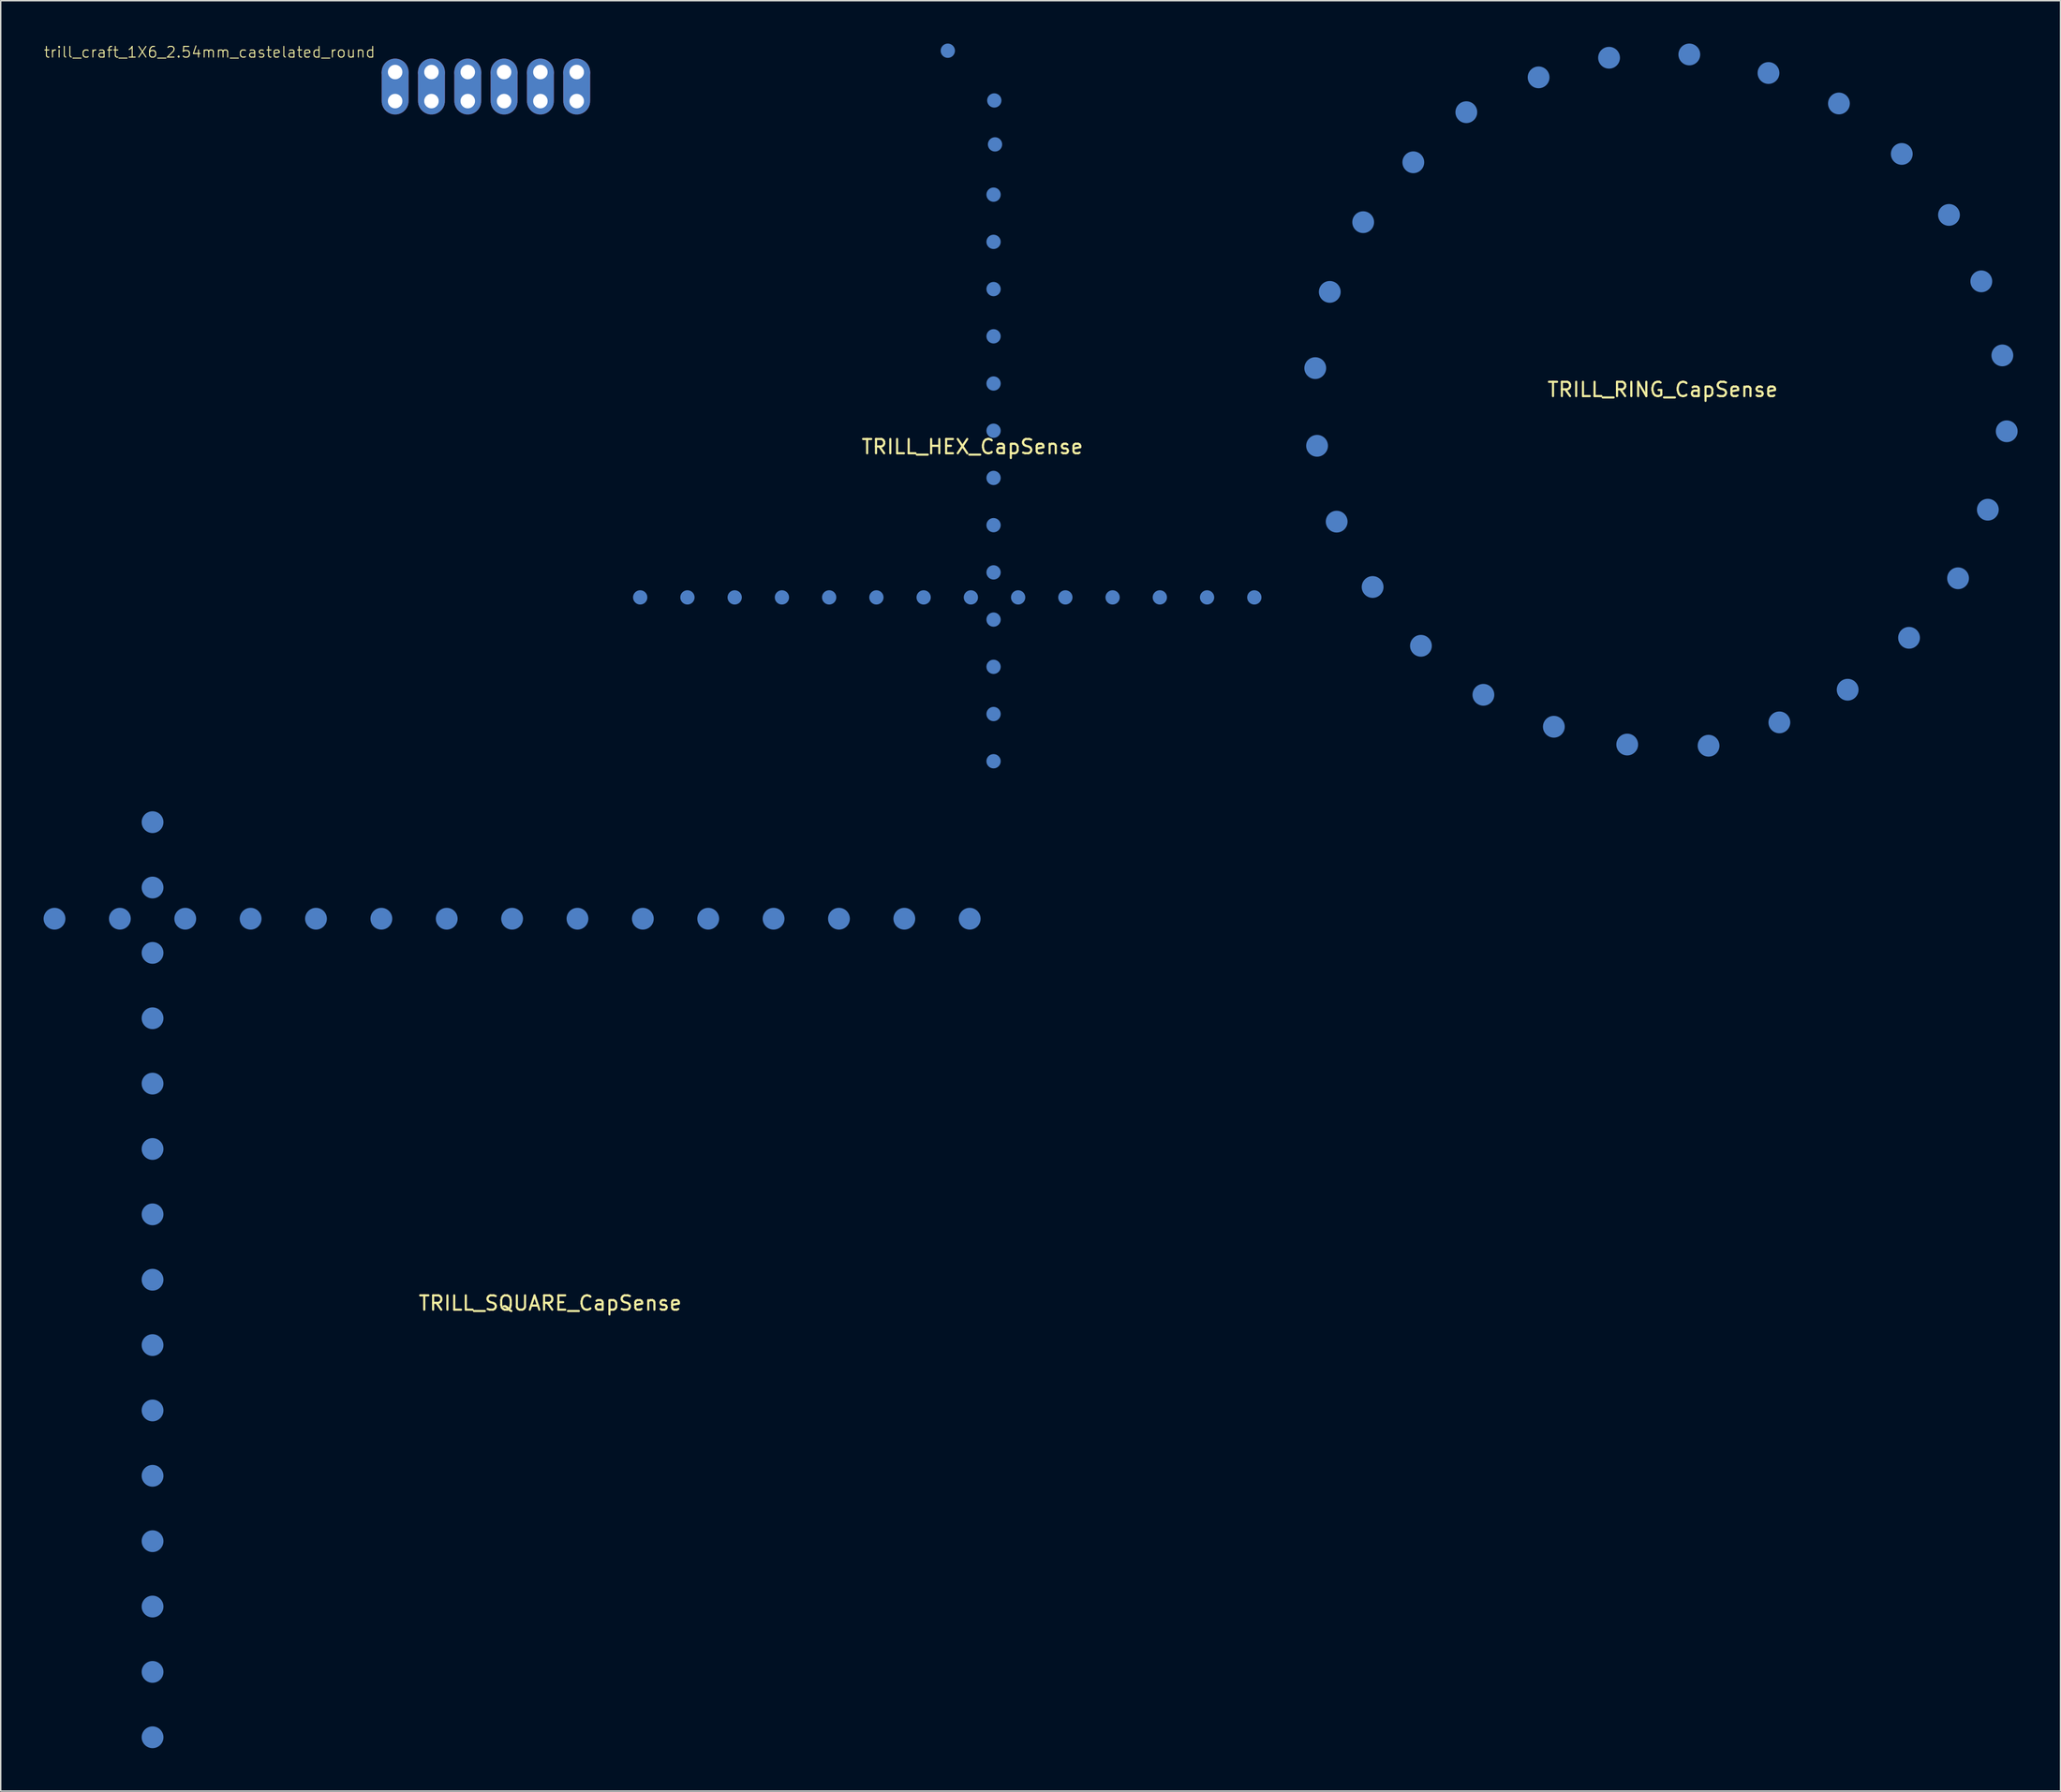
<source format=kicad_pcb>
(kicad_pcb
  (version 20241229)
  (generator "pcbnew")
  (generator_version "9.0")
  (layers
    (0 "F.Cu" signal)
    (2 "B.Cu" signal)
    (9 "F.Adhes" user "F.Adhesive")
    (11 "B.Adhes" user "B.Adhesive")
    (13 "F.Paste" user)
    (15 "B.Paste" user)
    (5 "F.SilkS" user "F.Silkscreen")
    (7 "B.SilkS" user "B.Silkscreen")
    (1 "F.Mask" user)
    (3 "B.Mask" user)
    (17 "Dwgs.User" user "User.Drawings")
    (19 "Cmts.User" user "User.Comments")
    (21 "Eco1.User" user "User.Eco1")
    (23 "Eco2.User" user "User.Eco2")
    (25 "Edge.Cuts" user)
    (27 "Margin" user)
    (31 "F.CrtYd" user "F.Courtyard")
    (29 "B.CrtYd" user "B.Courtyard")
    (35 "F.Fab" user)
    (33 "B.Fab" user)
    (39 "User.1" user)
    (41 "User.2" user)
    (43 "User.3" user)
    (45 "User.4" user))
  (footprint "TRILL_HEX_CapSense"
    (layer "F.Cu")
    (at 64.955 28.712)
    (property "Reference" "TRILL_HEX_CapSense" (at 0 -0.5 0) (unlocked yes) (layer "F.SilkS") (effects (font (size 1 1) (thickness 0.15))))
    (attr smd exclude_from_pos_files exclude_from_bom)
    (pad "c1" smd circle (at -23.23 10.04 180) (size 1 1) (layers "B.Cu"))
    (pad "c2" smd circle (at -19.926 10.04 180) (size 1 1) (layers "B.Cu"))
    (pad "c3" smd circle (at -16.622 10.04 180) (size 1 1) (layers "B.Cu"))
    (pad "c4" smd circle (at -13.318 10.04 180) (size 1 1) (layers "B.Cu"))
    (pad "c5" smd circle (at -10.014 10.04 180) (size 1 1) (layers "B.Cu"))
    (pad "c6" smd circle (at -6.71 10.04 180) (size 1 1) (layers "B.Cu"))
    (pad "c7" smd circle (at -3.406 10.04 180) (size 1 1) (layers "B.Cu"))
    (pad "c8" smd circle (at -0.102 10.04 180) (size 1 1) (layers "B.Cu"))
    (pad "c9" smd circle (at 3.202 10.04 180) (size 1 1) (layers "B.Cu"))
    (pad "c10" smd circle (at 6.506 10.04 180) (size 1 1) (layers "B.Cu"))
    (pad "c11" smd circle (at 9.81 10.04 180) (size 1 1) (layers "B.Cu"))
    (pad "c12" smd circle (at 13.113 10.04 180) (size 1 1) (layers "B.Cu"))
    (pad "c13" smd circle (at 16.417 10.04 180) (size 1 1) (layers "B.Cu"))
    (pad "c14" smd circle (at 19.721 10.04 180) (size 1 1) (layers "B.Cu"))
    (pad "r1" smd circle (at -1.716 -28.212 270) (size 1 1) (layers "B.Cu"))
    (pad "r2" smd circle (at 1.535 -24.733 270) (size 1 1) (layers "B.Cu"))
    (pad "r3" smd circle (at 1.586 -21.659 270) (size 1 1) (layers "B.Cu"))
    (pad "r4" smd circle (at 1.484 -18.142 270) (size 1 1) (layers "B.Cu"))
    (pad "r5" smd circle (at 1.484 -14.838 270) (size 1 1) (layers "B.Cu"))
    (pad "r6" smd circle (at 1.484 -11.534 270) (size 1 1) (layers "B.Cu"))
    (pad "r7" smd circle (at 1.484 -8.23 270) (size 1 1) (layers "B.Cu"))
    (pad "r8" smd circle (at 1.484 -4.926 270) (size 1 1) (layers "B.Cu"))
    (pad "r9" smd circle (at 1.484 -1.623 270) (size 1 1) (layers "B.Cu"))
    (pad "r10" smd circle (at 1.484 1.681 270) (size 1 1) (layers "B.Cu"))
    (pad "r11" smd circle (at 1.484 4.985 270) (size 1 1) (layers "B.Cu"))
    (pad "r12" smd circle (at 1.484 8.289 270) (size 1 1) (layers "B.Cu"))
    (pad "r13" smd circle (at 1.484 11.593 270) (size 1 1) (layers "B.Cu"))
    (pad "r14" smd circle (at 1.484 14.897 270) (size 1 1) (layers "B.Cu"))
    (pad "r15" smd circle (at 1.484 18.201 270) (size 1 1) (layers "B.Cu"))
    (pad "r16" smd circle (at 1.484 21.505 270) (size 1 1) (layers "B.Cu")))
  (footprint "TRILL_SQUARE_CapSense"
    (layer "F.Cu")
    (at 35.432 88.636)
    (property "Reference" "TRILL_SQUARE_CapSense" (at 0 -0.5 0) (unlocked yes) (layer "F.SilkS") (effects (font (size 1 1) (thickness 0.15))))
    (attr smd exclude_from_pos_files exclude_from_bom)
    (pad "c1" smd circle (at -34.67 -27.4 180) (size 1.524 1.524) (layers "B.Cu"))
    (pad "c2" smd circle (at -30.098 -27.4 180) (size 1.524 1.524) (layers "B.Cu"))
    (pad "c3" smd circle (at -25.526 -27.4 180) (size 1.524 1.524) (layers "B.Cu"))
    (pad "c4" smd circle (at -20.954 -27.4 180) (size 1.524 1.524) (layers "B.Cu"))
    (pad "c5" smd circle (at -16.382 -27.4 180) (size 1.524 1.524) (layers "B.Cu"))
    (pad "c6" smd circle (at -11.81 -27.4 180) (size 1.524 1.524) (layers "B.Cu"))
    (pad "c7" smd circle (at -7.238 -27.4 180) (size 1.524 1.524) (layers "B.Cu"))
    (pad "c8" smd circle (at -2.666 -27.4 180) (size 1.524 1.524) (layers "B.Cu"))
    (pad "c9" smd circle (at 1.906 -27.4 180) (size 1.524 1.524) (layers "B.Cu"))
    (pad "c10" smd circle (at 6.478 -27.4 180) (size 1.524 1.524) (layers "B.Cu"))
    (pad "c11" smd circle (at 11.05 -27.4 180) (size 1.524 1.524) (layers "B.Cu"))
    (pad "c12" smd circle (at 15.622 -27.4 180) (size 1.524 1.524) (layers "B.Cu"))
    (pad "c13" smd circle (at 20.194 -27.4 180) (size 1.524 1.524) (layers "B.Cu"))
    (pad "c14" smd circle (at 24.766 -27.4 180) (size 1.524 1.524) (layers "B.Cu"))
    (pad "c15" smd circle (at 29.338 -27.4 180) (size 1.524 1.524) (layers "B.Cu"))
    (pad "r1" smd circle (at -27.812 -34.156 180) (size 1.524 1.524) (layers "B.Cu"))
    (pad "r2" smd circle (at -27.812 -29.583 180) (size 1.524 1.524) (layers "B.Cu"))
    (pad "r3" smd circle (at -27.812 -25.009 180) (size 1.524 1.524) (layers "B.Cu"))
    (pad "r4" smd circle (at -27.812 -20.435 180) (size 1.524 1.524) (layers "B.Cu"))
    (pad "r5" smd circle (at -27.812 -15.861 180) (size 1.524 1.524) (layers "B.Cu"))
    (pad "r6" smd circle (at -27.812 -11.287 180) (size 1.524 1.524) (layers "B.Cu"))
    (pad "r7" smd circle (at -27.812 -6.714 180) (size 1.524 1.524) (layers "B.Cu"))
    (pad "r8" smd circle (at -27.812 -2.14 180) (size 1.524 1.524) (layers "B.Cu"))
    (pad "r9" smd circle (at -27.812 2.434 180) (size 1.524 1.524) (layers "B.Cu"))
    (pad "r10" smd circle (at -27.812 7.008 180) (size 1.524 1.524) (layers "B.Cu"))
    (pad "r11" smd circle (at -27.812 11.582 180) (size 1.524 1.524) (layers "B.Cu"))
    (pad "r12" smd circle (at -27.812 16.156 180) (size 1.524 1.524) (layers "B.Cu"))
    (pad "r13" smd circle (at -27.812 20.729 180) (size 1.524 1.524) (layers "B.Cu"))
    (pad "r14" smd circle (at -27.812 25.303 180) (size 1.524 1.524) (layers "B.Cu"))
    (pad "r15" smd circle (at -27.812 29.877 180) (size 1.524 1.524) (layers "B.Cu")))
  (footprint "trill_craft_1X6_2.54mm_castelated_round"
    (layer "F.Cu")
    (at 24.585 1.992)
    (property "Reference" "trill_craft_1X6_2.54mm_castelated_round" (at -1.346 -1.829 0) (layer "F.SilkS") (effects (font (size 0.75 0.75) (thickness 0.07)) (justify right top)))
    (attr through_hole exclude_from_pos_files exclude_from_bom)
    (fp_poly (pts (xy -0.254 0.254) (xy 0.254 0.254) (xy 0.254 -0.254) (xy -0.254 -0.254)) (stroke (width 0.1) (type solid)) (fill no) (layer "F.Fab"))
    (fp_poly (pts (xy -0.254 2.286) (xy 0.254 2.286) (xy 0.254 1.778) (xy -0.254 1.778)) (stroke (width 0.1) (type solid)) (fill no) (layer "F.Fab"))
    (fp_poly (pts (xy 2.286 0.254) (xy 2.794 0.254) (xy 2.794 -0.254) (xy 2.286 -0.254)) (stroke (width 0.1) (type solid)) (fill no) (layer "F.Fab"))
    (fp_poly (pts (xy 2.286 2.286) (xy 2.794 2.286) (xy 2.794 1.778) (xy 2.286 1.778)) (stroke (width 0.1) (type solid)) (fill no) (layer "F.Fab"))
    (fp_poly (pts (xy 4.826 0.254) (xy 5.334 0.254) (xy 5.334 -0.254) (xy 4.826 -0.254)) (stroke (width 0.1) (type solid)) (fill no) (layer "F.Fab"))
    (fp_poly (pts (xy 4.826 2.286) (xy 5.334 2.286) (xy 5.334 1.778) (xy 4.826 1.778)) (stroke (width 0.1) (type solid)) (fill no) (layer "F.Fab"))
    (fp_poly (pts (xy 7.366 0.254) (xy 7.874 0.254) (xy 7.874 -0.254) (xy 7.366 -0.254)) (stroke (width 0.1) (type solid)) (fill no) (layer "F.Fab"))
    (fp_poly (pts (xy 7.366 2.286) (xy 7.874 2.286) (xy 7.874 1.778) (xy 7.366 1.778)) (stroke (width 0.1) (type solid)) (fill no) (layer "F.Fab"))
    (fp_poly (pts (xy 9.906 0.254) (xy 10.414 0.254) (xy 10.414 -0.254) (xy 9.906 -0.254)) (stroke (width 0.1) (type solid)) (fill no) (layer "F.Fab"))
    (fp_poly (pts (xy 9.906 2.286) (xy 10.414 2.286) (xy 10.414 1.778) (xy 9.906 1.778)) (stroke (width 0.1) (type solid)) (fill no) (layer "F.Fab"))
    (fp_poly (pts (xy 12.446 0.254) (xy 12.954 0.254) (xy 12.954 -0.254) (xy 12.446 -0.254)) (stroke (width 0.1) (type solid)) (fill no) (layer "F.Fab"))
    (fp_poly (pts (xy 12.446 2.286) (xy 12.954 2.286) (xy 12.954 1.778) (xy 12.446 1.778)) (stroke (width 0.1) (type solid)) (fill no) (layer "F.Fab"))
    (pad "1" thru_hole circle (at 0 0 90) (size 1.88 1.88) (drill 1.016) (layers "*.Cu" "*.Mask"))
    (pad "1" thru_hole custom (at 0 2.032) (size 1.88 1.88) (drill 1.016) (property pad_prop_castellated) (layers "*.Cu" "*.Mask") (options (anchor circle)) (primitives (gr_poly (pts (xy 0.889 0) (xy -0.889 0) (xy -0.889 -2.032) (xy 0.889 -2.032)) (width 0.1) (fill yes))))
    (pad "2" thru_hole circle (at 2.54 0 90) (size 1.88 1.88) (drill 1.016) (layers "*.Cu" "*.Mask"))
    (pad "2" thru_hole custom (at 2.54 2.032) (size 1.88 1.88) (drill 1.016) (property pad_prop_castellated) (layers "*.Cu" "*.Mask") (options (anchor circle)) (primitives (gr_poly (pts (xy 0.889 0) (xy -0.889 0) (xy -0.889 -2.032) (xy 0.889 -2.032)) (width 0.1) (fill yes))))
    (pad "3" thru_hole circle (at 5.08 0 90) (size 1.88 1.88) (drill 1.016) (layers "*.Cu" "*.Mask"))
    (pad "3" thru_hole custom (at 5.08 2.032) (size 1.88 1.88) (drill 1.016) (property pad_prop_castellated) (layers "*.Cu" "*.Mask") (options (anchor circle)) (primitives (gr_poly (pts (xy 0.889 0) (xy -0.889 0) (xy -0.889 -2.032) (xy 0.889 -2.032)) (width 0.1) (fill yes))))
    (pad "4" thru_hole circle (at 7.62 0 90) (size 1.88 1.88) (drill 1.016) (layers "*.Cu" "*.Mask"))
    (pad "4" thru_hole custom (at 7.62 2.032) (size 1.88 1.88) (drill 1.016) (property pad_prop_castellated) (layers "*.Cu" "*.Mask") (options (anchor circle)) (primitives (gr_poly (pts (xy 0.889 0) (xy -0.889 0) (xy -0.889 -2.032) (xy 0.889 -2.032)) (width 0.1) (fill yes))))
    (pad "5" thru_hole circle (at 10.16 0 90) (size 1.88 1.88) (drill 1.016) (layers "*.Cu" "*.Mask"))
    (pad "5" thru_hole custom (at 10.16 2.032) (size 1.88 1.88) (drill 1.016) (property pad_prop_castellated) (layers "*.Cu" "*.Mask") (options (anchor circle)) (primitives (gr_poly (pts (xy 0.889 0) (xy -0.889 0) (xy -0.889 -2.032) (xy 0.889 -2.032)) (width 0.1) (fill yes))))
    (pad "6" thru_hole circle (at 12.7 0 90) (size 1.88 1.88) (drill 1.016) (layers "*.Cu" "*.Mask"))
    (pad "6" thru_hole custom (at 12.7 2.032) (size 1.88 1.88) (drill 1.016) (property pad_prop_castellated) (layers "*.Cu" "*.Mask") (options (anchor circle)) (primitives (gr_poly (pts (xy 0.889 0) (xy -0.889 0) (xy -0.889 -2.032) (xy 0.889 -2.032)) (width 0.1) (fill yes)))))
  (footprint "TRILL_RING_CapSense"
    (layer "F.Cu")
    (at 113.234 24.711)
    (property "Reference" "TRILL_RING_CapSense" (at 0 -0.5 0) (unlocked yes) (layer "F.SilkS") (effects (font (size 1 1) (thickness 0.15))))
    (attr smd exclude_from_pos_files exclude_from_bom)
    (pad "1" smd circle (at 24.065 2.417 270) (size 1.524 1.524) (layers "B.Cu"))
    (pad "2" smd circle (at 23.76 -2.892 270) (size 1.524 1.524) (layers "B.Cu"))
    (pad "3" smd circle (at 22.287 -8.074 270) (size 1.524 1.524) (layers "B.Cu"))
    (pad "4" smd circle (at 20.027 -12.722 270) (size 1.524 1.524) (layers "B.Cu"))
    (pad "5" smd circle (at 16.725 -16.989 270) (size 1.524 1.524) (layers "B.Cu"))
    (pad "6" smd circle (at 12.33 -20.52 270) (size 1.524 1.524) (layers "B.Cu"))
    (pad "7" smd circle (at 7.403 -22.653 270) (size 1.524 1.524) (layers "B.Cu"))
    (pad "8" smd circle (at 1.866 -23.949 270) (size 1.524 1.524) (layers "B.Cu"))
    (pad "9" smd circle (at -3.748 -23.72 270) (size 1.524 1.524) (layers "B.Cu"))
    (pad "10" smd circle (at -8.675 -22.348 270) (size 1.524 1.524) (layers "B.Cu"))
    (pad "11" smd circle (at -13.73 -19.91 270) (size 1.524 1.524) (layers "B.Cu"))
    (pad "12" smd circle (at -17.438 -16.405 270) (size 1.524 1.524) (layers "B.Cu"))
    (pad "13" smd circle (at -20.944 -12.214 270) (size 1.524 1.524) (layers "B.Cu"))
    (pad "14" smd circle (at -23.28 -7.337 270) (size 1.524 1.524) (layers "B.Cu"))
    (pad "15" smd circle (at -24.296 -2.003 270) (size 1.524 1.524) (layers "B.Cu"))
    (pad "16" smd circle (at -24.169 3.433 270) (size 1.524 1.524) (layers "B.Cu"))
    (pad "17" smd circle (at -22.798 8.741 270) (size 1.524 1.524) (layers "B.Cu"))
    (pad "18" smd circle (at -20.283 13.313 270) (size 1.524 1.524) (layers "B.Cu"))
    (pad "19" smd circle (at -16.905 17.428 270) (size 1.524 1.524) (layers "B.Cu"))
    (pad "20" smd circle (at -12.536 20.857 270) (size 1.524 1.524) (layers "B.Cu"))
    (pad "21" smd circle (at -7.609 23.092 270) (size 1.524 1.524) (layers "B.Cu"))
    (pad "22" smd circle (at -2.478 24.337 270) (size 1.524 1.524) (layers "B.Cu"))
    (pad "23" smd circle (at 3.212 24.42 270) (size 1.524 1.524) (layers "B.Cu"))
    (pad "24" smd circle (at 8.165 22.787 270) (size 1.524 1.524) (layers "B.Cu"))
    (pad "25" smd circle (at 12.94 20.501 270) (size 1.524 1.524) (layers "B.Cu"))
    (pad "26" smd circle (at 17.233 16.869 270) (size 1.524 1.524) (layers "B.Cu"))
    (pad "27" smd circle (at 20.662 12.704 270) (size 1.524 1.524) (layers "B.Cu"))
    (pad "28" smd circle (at 22.744 7.903 270) (size 1.524 1.524) (layers "B.Cu")))
  (gr_rect
    (start -3 -3)
    (end 141.062 122.275)
    (stroke (width 0.1) (type default))
    (fill no)
    (layer "Edge.Cuts")))
</source>
